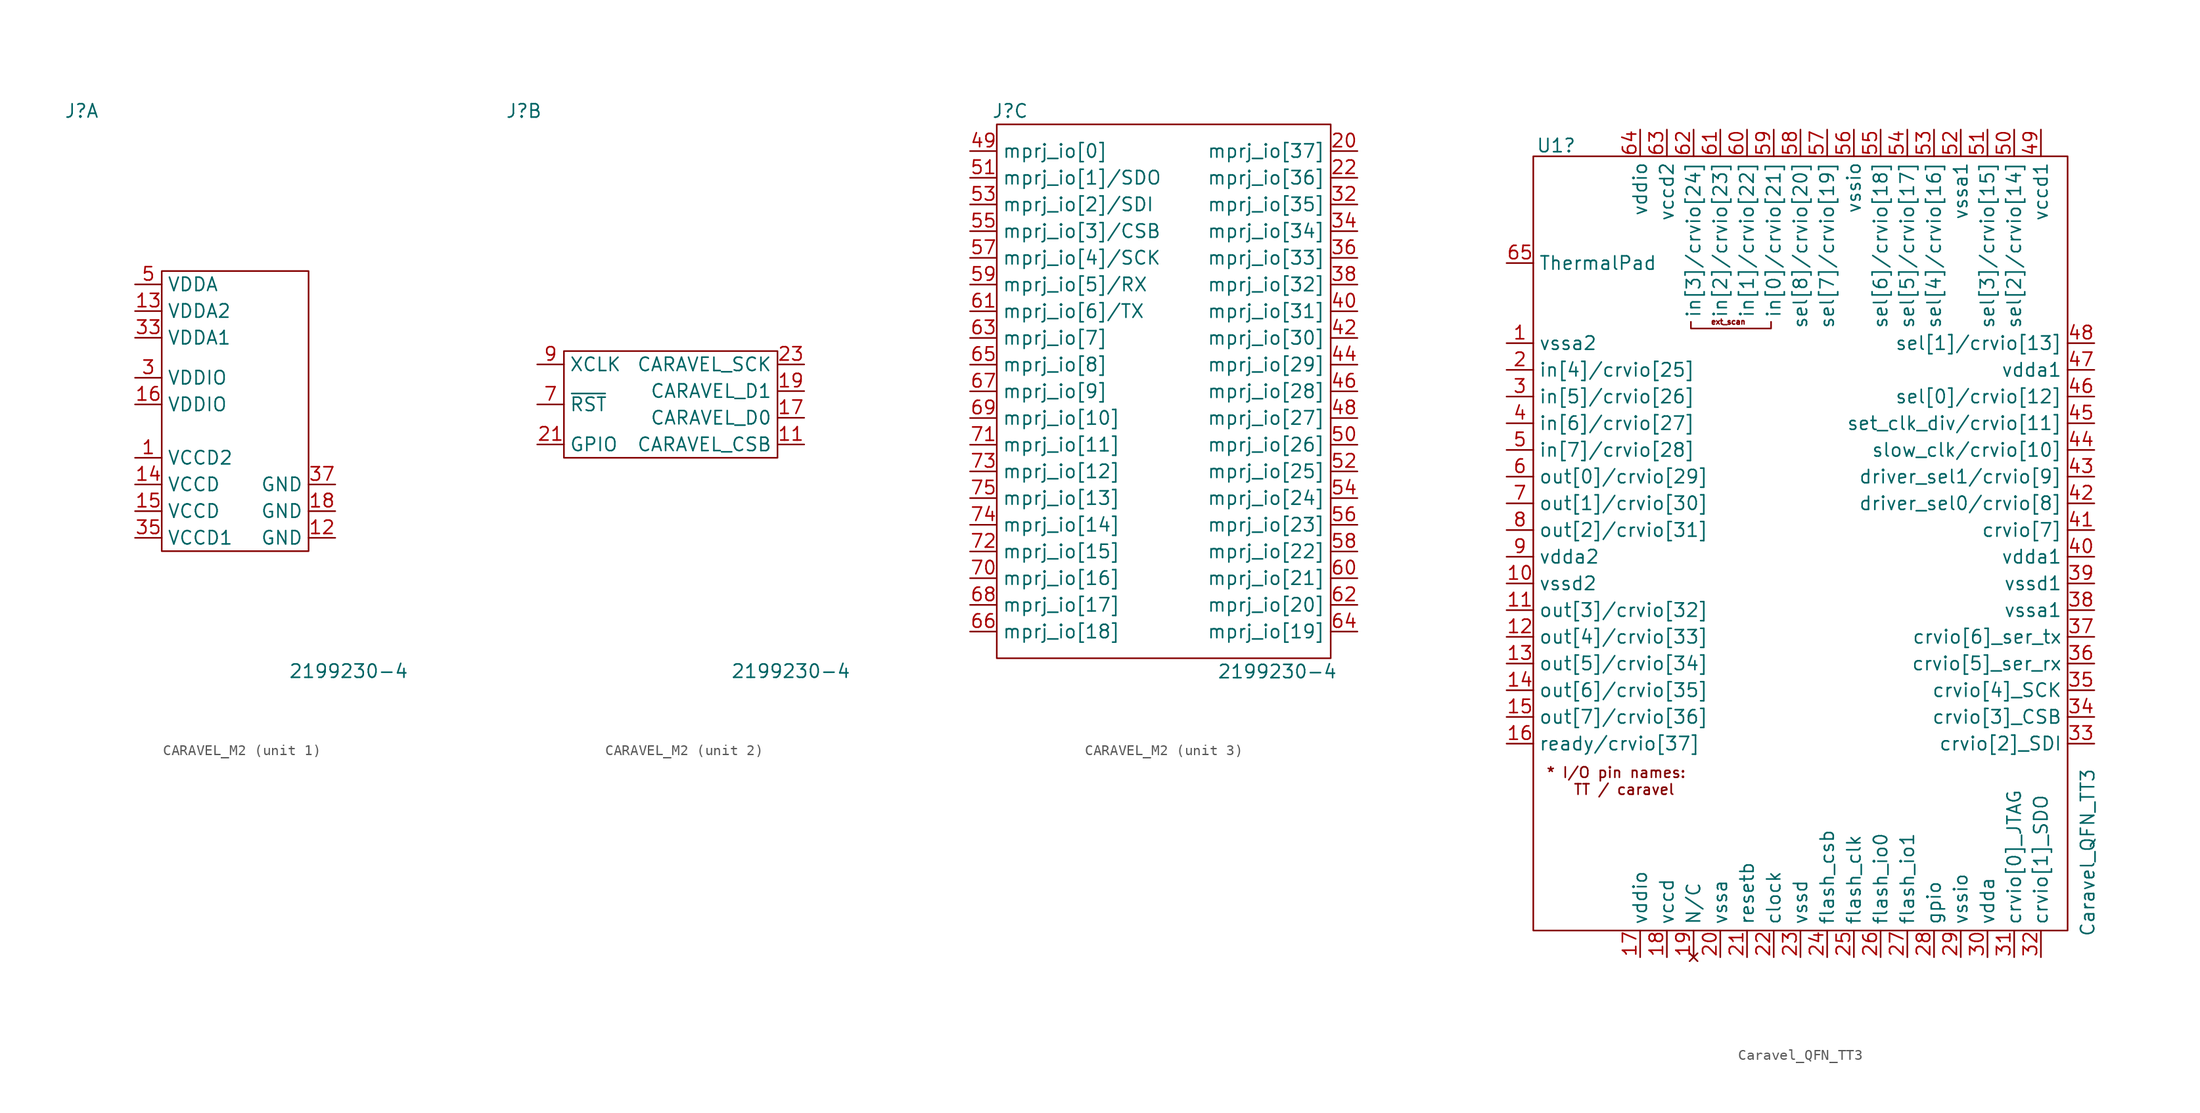
<source format=kicad_sym>
(kicad_symbol_lib
  (version 20231120)
  (generator "kicad_symbol_editor")
  (generator_version "8.0")
  (symbol "CARAVEL_M2"
    (property "Reference" "J"
      (at -15.24 25.4 0)
      (effects (font (size 1.27 1.27))))
    (property "Value" "2199230-4"
      (at 10.16 -27.94 0)
      (effects (font (size 1.27 1.27))))
    (property "ki_locked" ""
      (at 0 0 0)
      (effects (font (size 1.27 1.27))))
    (symbol "CARAVEL_M2_1_1"
      (rectangle (start -7.62 10.16) (end 6.35 -16.51) (stroke (width 0) (type default)) (fill (type none)))
      (pin power_in line (at -10.16 -7.62 0) (length 2.54) (name "VCCD2" (effects (font (size 1.27 1.27)))) (number "1" (effects (font (size 1.27 1.27)))))
      (pin power_in line (at 8.89 -15.24 180) (length 2.54) (name "GND" (effects (font (size 1.27 1.27)))) (number "12" (effects (font (size 1.27 1.27)))))
      (pin power_in line (at -10.16 6.35 0) (length 2.54) (name "VDDA2" (effects (font (size 1.27 1.27)))) (number "13" (effects (font (size 1.27 1.27)))))
      (pin power_in line (at -10.16 -10.16 0) (length 2.54) (name "VCCD" (effects (font (size 1.27 1.27)))) (number "14" (effects (font (size 1.27 1.27)))))
      (pin power_in line (at -10.16 -12.7 0) (length 2.54) (name "VCCD" (effects (font (size 1.27 1.27)))) (number "15" (effects (font (size 1.27 1.27)))))
      (pin power_in line (at -10.16 -2.54 0) (length 2.54) (name "VDDIO" (effects (font (size 1.27 1.27)))) (number "16" (effects (font (size 1.27 1.27)))))
      (pin power_in line (at 8.89 -12.7 180) (length 2.54) (name "GND" (effects (font (size 1.27 1.27)))) (number "18" (effects (font (size 1.27 1.27)))))
      (pin power_in line (at -10.16 0 0) (length 2.54) (name "VDDIO" (effects (font (size 1.27 1.27)))) (number "3" (effects (font (size 1.27 1.27)))))
      (pin power_in line (at -10.16 3.81 0) (length 2.54) (name "VDDA1" (effects (font (size 1.27 1.27)))) (number "33" (effects (font (size 1.27 1.27)))))
      (pin power_in line (at -10.16 -15.24 0) (length 2.54) (name "VCCD1" (effects (font (size 1.27 1.27)))) (number "35" (effects (font (size 1.27 1.27)))))
      (pin power_in line (at 8.89 -10.16 180) (length 2.54) (name "GND" (effects (font (size 1.27 1.27)))) (number "37" (effects (font (size 1.27 1.27)))))
      (pin power_in line (at -10.16 8.89 0) (length 2.54) (name "VDDA" (effects (font (size 1.27 1.27)))) (number "5" (effects (font (size 1.27 1.27))))))
    (symbol "CARAVEL_M2_2_1"
      (rectangle (start -11.43 2.54) (end 8.89 -7.62) (stroke (width 0) (type default)) (fill (type none)))
      (pin input line (at 11.43 -6.35 180) (length 2.54) (name "CARAVEL_CSB" (effects (font (size 1.27 1.27)))) (number "11" (effects (font (size 1.27 1.27)))))
      (pin bidirectional line (at 11.43 -3.81 180) (length 2.54) (name "CARAVEL_D0" (effects (font (size 1.27 1.27)))) (number "17" (effects (font (size 1.27 1.27)))))
      (pin bidirectional line (at 11.43 -1.27 180) (length 2.54) (name "CARAVEL_D1" (effects (font (size 1.27 1.27)))) (number "19" (effects (font (size 1.27 1.27)))))
      (pin input line (at -13.97 -6.35 0) (length 2.54) (name "GPIO" (effects (font (size 1.27 1.27)))) (number "21" (effects (font (size 1.27 1.27)))))
      (pin input line (at 11.43 1.27 180) (length 2.54) (name "CARAVEL_SCK" (effects (font (size 1.27 1.27)))) (number "23" (effects (font (size 1.27 1.27)))))
      (pin input line (at -13.97 -2.54 0) (length 2.54) (name "~{RST}" (effects (font (size 1.27 1.27)))) (number "7" (effects (font (size 1.27 1.27)))))
      (pin input line (at -13.97 1.27 0) (length 2.54) (name "XCLK" (effects (font (size 1.27 1.27)))) (number "9" (effects (font (size 1.27 1.27))))))
    (symbol "CARAVEL_M2_3_1"
      (rectangle (start -16.51 24.13) (end 15.24 -26.67) (stroke (width 0) (type default)) (fill (type none)))
      (pin bidirectional line (at 17.78 21.59 180) (length 2.54) (name "mprj_io[37]" (effects (font (size 1.27 1.27)))) (number "20" (effects (font (size 1.27 1.27)))))
      (pin bidirectional line (at 17.78 19.05 180) (length 2.54) (name "mprj_io[36]" (effects (font (size 1.27 1.27)))) (number "22" (effects (font (size 1.27 1.27)))))
      (pin bidirectional line (at 17.78 16.51 180) (length 2.54) (name "mprj_io[35]" (effects (font (size 1.27 1.27)))) (number "32" (effects (font (size 1.27 1.27)))))
      (pin bidirectional line (at 17.78 13.97 180) (length 2.54) (name "mprj_io[34]" (effects (font (size 1.27 1.27)))) (number "34" (effects (font (size 1.27 1.27)))))
      (pin bidirectional line (at 17.78 11.43 180) (length 2.54) (name "mprj_io[33]" (effects (font (size 1.27 1.27)))) (number "36" (effects (font (size 1.27 1.27)))))
      (pin bidirectional line (at 17.78 8.89 180) (length 2.54) (name "mprj_io[32]" (effects (font (size 1.27 1.27)))) (number "38" (effects (font (size 1.27 1.27)))))
      (pin bidirectional line (at 17.78 6.35 180) (length 2.54) (name "mprj_io[31]" (effects (font (size 1.27 1.27)))) (number "40" (effects (font (size 1.27 1.27)))))
      (pin bidirectional line (at 17.78 3.81 180) (length 2.54) (name "mprj_io[30]" (effects (font (size 1.27 1.27)))) (number "42" (effects (font (size 1.27 1.27)))))
      (pin bidirectional line (at 17.78 1.27 180) (length 2.54) (name "mprj_io[29]" (effects (font (size 1.27 1.27)))) (number "44" (effects (font (size 1.27 1.27)))))
      (pin bidirectional line (at 17.78 -1.27 180) (length 2.54) (name "mprj_io[28]" (effects (font (size 1.27 1.27)))) (number "46" (effects (font (size 1.27 1.27)))))
      (pin bidirectional line (at 17.78 -3.81 180) (length 2.54) (name "mprj_io[27]" (effects (font (size 1.27 1.27)))) (number "48" (effects (font (size 1.27 1.27)))))
      (pin bidirectional line (at -19.05 21.59 0) (length 2.54) (name "mprj_io[0]" (effects (font (size 1.27 1.27)))) (number "49" (effects (font (size 1.27 1.27)))))
      (pin bidirectional line (at 17.78 -6.35 180) (length 2.54) (name "mprj_io[26]" (effects (font (size 1.27 1.27)))) (number "50" (effects (font (size 1.27 1.27)))))
      (pin bidirectional line (at -19.05 19.05 0) (length 2.54) (name "mprj_io[1]/SDO" (effects (font (size 1.27 1.27)))) (number "51" (effects (font (size 1.27 1.27)))))
      (pin bidirectional line (at 17.78 -8.89 180) (length 2.54) (name "mprj_io[25]" (effects (font (size 1.27 1.27)))) (number "52" (effects (font (size 1.27 1.27)))))
      (pin bidirectional line (at -19.05 16.51 0) (length 2.54) (name "mprj_io[2]/SDI" (effects (font (size 1.27 1.27)))) (number "53" (effects (font (size 1.27 1.27)))))
      (pin bidirectional line (at 17.78 -11.43 180) (length 2.54) (name "mprj_io[24]" (effects (font (size 1.27 1.27)))) (number "54" (effects (font (size 1.27 1.27)))))
      (pin bidirectional line (at -19.05 13.97 0) (length 2.54) (name "mprj_io[3]/CSB" (effects (font (size 1.27 1.27)))) (number "55" (effects (font (size 1.27 1.27)))))
      (pin bidirectional line (at 17.78 -13.97 180) (length 2.54) (name "mprj_io[23]" (effects (font (size 1.27 1.27)))) (number "56" (effects (font (size 1.27 1.27)))))
      (pin bidirectional line (at -19.05 11.43 0) (length 2.54) (name "mprj_io[4]/SCK" (effects (font (size 1.27 1.27)))) (number "57" (effects (font (size 1.27 1.27)))))
      (pin bidirectional line (at 17.78 -16.51 180) (length 2.54) (name "mprj_io[22]" (effects (font (size 1.27 1.27)))) (number "58" (effects (font (size 1.27 1.27)))))
      (pin bidirectional line (at -19.05 8.89 0) (length 2.54) (name "mprj_io[5]/RX" (effects (font (size 1.27 1.27)))) (number "59" (effects (font (size 1.27 1.27)))))
      (pin bidirectional line (at 17.78 -19.05 180) (length 2.54) (name "mprj_io[21]" (effects (font (size 1.27 1.27)))) (number "60" (effects (font (size 1.27 1.27)))))
      (pin bidirectional line (at -19.05 6.35 0) (length 2.54) (name "mprj_io[6]/TX" (effects (font (size 1.27 1.27)))) (number "61" (effects (font (size 1.27 1.27)))))
      (pin bidirectional line (at 17.78 -21.59 180) (length 2.54) (name "mprj_io[20]" (effects (font (size 1.27 1.27)))) (number "62" (effects (font (size 1.27 1.27)))))
      (pin bidirectional line (at -19.05 3.81 0) (length 2.54) (name "mprj_io[7]" (effects (font (size 1.27 1.27)))) (number "63" (effects (font (size 1.27 1.27)))))
      (pin bidirectional line (at 17.78 -24.13 180) (length 2.54) (name "mprj_io[19]" (effects (font (size 1.27 1.27)))) (number "64" (effects (font (size 1.27 1.27)))))
      (pin bidirectional line (at -19.05 1.27 0) (length 2.54) (name "mprj_io[8]" (effects (font (size 1.27 1.27)))) (number "65" (effects (font (size 1.27 1.27)))))
      (pin bidirectional line (at -19.05 -24.13 0) (length 2.54) (name "mprj_io[18]" (effects (font (size 1.27 1.27)))) (number "66" (effects (font (size 1.27 1.27)))))
      (pin bidirectional line (at -19.05 -1.27 0) (length 2.54) (name "mprj_io[9]" (effects (font (size 1.27 1.27)))) (number "67" (effects (font (size 1.27 1.27)))))
      (pin bidirectional line (at -19.05 -21.59 0) (length 2.54) (name "mprj_io[17]" (effects (font (size 1.27 1.27)))) (number "68" (effects (font (size 1.27 1.27)))))
      (pin bidirectional line (at -19.05 -3.81 0) (length 2.54) (name "mprj_io[10]" (effects (font (size 1.27 1.27)))) (number "69" (effects (font (size 1.27 1.27)))))
      (pin bidirectional line (at -19.05 -19.05 0) (length 2.54) (name "mprj_io[16]" (effects (font (size 1.27 1.27)))) (number "70" (effects (font (size 1.27 1.27)))))
      (pin bidirectional line (at -19.05 -6.35 0) (length 2.54) (name "mprj_io[11]" (effects (font (size 1.27 1.27)))) (number "71" (effects (font (size 1.27 1.27)))))
      (pin bidirectional line (at -19.05 -16.51 0) (length 2.54) (name "mprj_io[15]" (effects (font (size 1.27 1.27)))) (number "72" (effects (font (size 1.27 1.27)))))
      (pin bidirectional line (at -19.05 -8.89 0) (length 2.54) (name "mprj_io[12]" (effects (font (size 1.27 1.27)))) (number "73" (effects (font (size 1.27 1.27)))))
      (pin bidirectional line (at -19.05 -13.97 0) (length 2.54) (name "mprj_io[14]" (effects (font (size 1.27 1.27)))) (number "74" (effects (font (size 1.27 1.27)))))
      (pin bidirectional line (at -19.05 -11.43 0) (length 2.54) (name "mprj_io[13]" (effects (font (size 1.27 1.27)))) (number "75" (effects (font (size 1.27 1.27)))))))
  (symbol "Caravel_QFN_TT3"
    (property "Reference" "U1"
      (at -26.416 41.656 0)
      (effects (font (size 1.27 1.27)) (justify left)))
    (property "Value" "Caravel_QFN_TT3"
      (at 26.035 -33.655 90)
      (effects (font (size 1.27 1.27)) (justify left)))
    (symbol "Caravel_QFN_TT3_0_1"
      (rectangle (start -26.67 40.64) (end 24.13 -33.02) (stroke (width 0) (type default)) (fill (type none)))
      (polyline (pts (xy -4.064 24.892) (xy -4.064 24.257) (xy -11.684 24.257) (xy -11.684 24.892)) (stroke (width 0) (type default)) (fill (type none))))
    (symbol "Caravel_QFN_TT3_1_1"
      (text "* I/O pin names:\n  TT / caravel" (at -18.796 -18.796 0) (effects (font (size 1 1))))
      (text "ext_scan" (at -8.128 24.892 0) (effects (font (size 0.5 0.5))))
      (pin power_in line (at -29.21 22.86 0) (length 2.54) (name "vssa2" (effects (font (size 1.27 1.27)))) (number "1" (effects (font (size 1.27 1.27)))))
      (pin power_in line (at -29.21 0 0) (length 2.54) (name "vssd2" (effects (font (size 1.27 1.27)))) (number "10" (effects (font (size 1.27 1.27)))))
      (pin bidirectional line (at -29.21 -2.54 0) (length 2.54) (name "out[3]/crvio[32]" (effects (font (size 1.27 1.27)))) (number "11" (effects (font (size 1.27 1.27)))))
      (pin bidirectional line (at -29.21 -5.08 0) (length 2.54) (name "out[4]/crvio[33]" (effects (font (size 1.27 1.27)))) (number "12" (effects (font (size 1.27 1.27)))))
      (pin bidirectional line (at -29.21 -7.62 0) (length 2.54) (name "out[5]/crvio[34]" (effects (font (size 1.27 1.27)))) (number "13" (effects (font (size 1.27 1.27)))))
      (pin bidirectional line (at -29.21 -10.16 0) (length 2.54) (name "out[6]/crvio[35]" (effects (font (size 1.27 1.27)))) (number "14" (effects (font (size 1.27 1.27)))))
      (pin bidirectional line (at -29.21 -12.7 0) (length 2.54) (name "out[7]/crvio[36]" (effects (font (size 1.27 1.27)))) (number "15" (effects (font (size 1.27 1.27)))))
      (pin bidirectional line (at -29.21 -15.24 0) (length 2.54) (name "ready/crvio[37]" (effects (font (size 1.27 1.27)))) (number "16" (effects (font (size 1.27 1.27)))))
      (pin power_in line (at -16.51 -35.56 90) (length 2.54) (name "vddio" (effects (font (size 1.27 1.27)))) (number "17" (effects (font (size 1.27 1.27)))))
      (pin power_in line (at -13.97 -35.56 90) (length 2.54) (name "vccd" (effects (font (size 1.27 1.27)))) (number "18" (effects (font (size 1.27 1.27)))))
      (pin no_connect line (at -11.43 -35.56 90) (length 2.54) (name "N/C" (effects (font (size 1.27 1.27)))) (number "19" (effects (font (size 1.27 1.27)))))
      (pin bidirectional line (at -29.21 20.32 0) (length 2.54) (name "in[4]/crvio[25]" (effects (font (size 1.27 1.27)))) (number "2" (effects (font (size 1.27 1.27)))))
      (pin power_in line (at -8.89 -35.56 90) (length 2.54) (name "vssa" (effects (font (size 1.27 1.27)))) (number "20" (effects (font (size 1.27 1.27)))))
      (pin input line (at -6.35 -35.56 90) (length 2.54) (name "resetb" (effects (font (size 1.27 1.27)))) (number "21" (effects (font (size 1.27 1.27)))))
      (pin input line (at -3.81 -35.56 90) (length 2.54) (name "clock" (effects (font (size 1.27 1.27)))) (number "22" (effects (font (size 1.27 1.27)))))
      (pin power_in line (at -1.27 -35.56 90) (length 2.54) (name "vssd" (effects (font (size 1.27 1.27)))) (number "23" (effects (font (size 1.27 1.27)))))
      (pin output line (at 1.27 -35.56 90) (length 2.54) (name "flash_csb" (effects (font (size 1.27 1.27)))) (number "24" (effects (font (size 1.27 1.27)))))
      (pin output line (at 3.81 -35.56 90) (length 2.54) (name "flash_clk" (effects (font (size 1.27 1.27)))) (number "25" (effects (font (size 1.27 1.27)))))
      (pin bidirectional line (at 6.35 -35.56 90) (length 2.54) (name "flash_io0" (effects (font (size 1.27 1.27)))) (number "26" (effects (font (size 1.27 1.27)))))
      (pin bidirectional line (at 8.89 -35.56 90) (length 2.54) (name "flash_io1" (effects (font (size 1.27 1.27)))) (number "27" (effects (font (size 1.27 1.27)))))
      (pin bidirectional line (at 11.43 -35.56 90) (length 2.54) (name "gpio" (effects (font (size 1.27 1.27)))) (number "28" (effects (font (size 1.27 1.27)))))
      (pin power_in line (at 13.97 -35.56 90) (length 2.54) (name "vssio" (effects (font (size 1.27 1.27)))) (number "29" (effects (font (size 1.27 1.27)))))
      (pin bidirectional line (at -29.21 17.78 0) (length 2.54) (name "in[5]/crvio[26]" (effects (font (size 1.27 1.27)))) (number "3" (effects (font (size 1.27 1.27)))))
      (pin power_in line (at 16.51 -35.56 90) (length 2.54) (name "vdda" (effects (font (size 1.27 1.27)))) (number "30" (effects (font (size 1.27 1.27)))))
      (pin bidirectional line (at 19.05 -35.56 90) (length 2.54) (name "crvio[0]_JTAG" (effects (font (size 1.27 1.27)))) (number "31" (effects (font (size 1.27 1.27)))))
      (pin bidirectional line (at 21.59 -35.56 90) (length 2.54) (name "crvio[1]_SDO" (effects (font (size 1.27 1.27)))) (number "32" (effects (font (size 1.27 1.27)))))
      (pin bidirectional line (at 26.67 -15.24 180) (length 2.54) (name "crvio[2]_SDI" (effects (font (size 1.27 1.27)))) (number "33" (effects (font (size 1.27 1.27)))))
      (pin bidirectional line (at 26.67 -12.7 180) (length 2.54) (name "crvio[3]_CSB" (effects (font (size 1.27 1.27)))) (number "34" (effects (font (size 1.27 1.27)))))
      (pin bidirectional line (at 26.67 -10.16 180) (length 2.54) (name "crvio[4]_SCK" (effects (font (size 1.27 1.27)))) (number "35" (effects (font (size 1.27 1.27)))))
      (pin bidirectional line (at 26.67 -7.62 180) (length 2.54) (name "crvio[5]_ser_rx" (effects (font (size 1.27 1.27)))) (number "36" (effects (font (size 1.27 1.27)))))
      (pin bidirectional line (at 26.67 -5.08 180) (length 2.54) (name "crvio[6]_ser_tx" (effects (font (size 1.27 1.27)))) (number "37" (effects (font (size 1.27 1.27)))))
      (pin power_in line (at 26.67 -2.54 180) (length 2.54) (name "vssa1" (effects (font (size 1.27 1.27)))) (number "38" (effects (font (size 1.27 1.27)))))
      (pin power_in line (at 26.67 0 180) (length 2.54) (name "vssd1" (effects (font (size 1.27 1.27)))) (number "39" (effects (font (size 1.27 1.27)))))
      (pin bidirectional line (at -29.21 15.24 0) (length 2.54) (name "in[6]/crvio[27]" (effects (font (size 1.27 1.27)))) (number "4" (effects (font (size 1.27 1.27)))))
      (pin power_in line (at 26.67 2.54 180) (length 2.54) (name "vdda1" (effects (font (size 1.27 1.27)))) (number "40" (effects (font (size 1.27 1.27)))))
      (pin bidirectional line (at 26.67 5.08 180) (length 2.54) (name "crvio[7]" (effects (font (size 1.27 1.27)))) (number "41" (effects (font (size 1.27 1.27)))))
      (pin bidirectional line (at 26.67 7.62 180) (length 2.54) (name "driver_sel0/crvio[8]" (effects (font (size 1.27 1.27)))) (number "42" (effects (font (size 1.27 1.27)))))
      (pin bidirectional line (at 26.67 10.16 180) (length 2.54) (name "driver_sel1/crvio[9]" (effects (font (size 1.27 1.27)))) (number "43" (effects (font (size 1.27 1.27)))))
      (pin bidirectional line (at 26.67 12.7 180) (length 2.54) (name "slow_clk/crvio[10]" (effects (font (size 1.27 1.27)))) (number "44" (effects (font (size 1.27 1.27)))))
      (pin bidirectional line (at 26.67 15.24 180) (length 2.54) (name "set_clk_div/crvio[11]" (effects (font (size 1.27 1.27)))) (number "45" (effects (font (size 1.27 1.27)))))
      (pin bidirectional line (at 26.67 17.78 180) (length 2.54) (name "sel[0]/crvio[12]" (effects (font (size 1.27 1.27)))) (number "46" (effects (font (size 1.27 1.27)))))
      (pin power_in line (at 26.67 20.32 180) (length 2.54) (name "vdda1" (effects (font (size 1.27 1.27)))) (number "47" (effects (font (size 1.27 1.27)))))
      (pin bidirectional line (at 26.67 22.86 180) (length 2.54) (name "sel[1]/crvio[13]" (effects (font (size 1.27 1.27)))) (number "48" (effects (font (size 1.27 1.27)))))
      (pin power_in line (at 21.59 43.18 270) (length 2.54) (name "vccd1" (effects (font (size 1.27 1.27)))) (number "49" (effects (font (size 1.27 1.27)))))
      (pin bidirectional line (at -29.21 12.7 0) (length 2.54) (name "in[7]/crvio[28]" (effects (font (size 1.27 1.27)))) (number "5" (effects (font (size 1.27 1.27)))))
      (pin bidirectional line (at 19.05 43.18 270) (length 2.54) (name "sel[2]/crvio[14]" (effects (font (size 1.27 1.27)))) (number "50" (effects (font (size 1.27 1.27)))))
      (pin bidirectional line (at 16.51 43.18 270) (length 2.54) (name "sel[3]/crvio[15]" (effects (font (size 1.27 1.27)))) (number "51" (effects (font (size 1.27 1.27)))))
      (pin power_in line (at 13.97 43.18 270) (length 2.54) (name "vssa1" (effects (font (size 1.27 1.27)))) (number "52" (effects (font (size 1.27 1.27)))))
      (pin bidirectional line (at 11.43 43.18 270) (length 2.54) (name "sel[4]/crvio[16]" (effects (font (size 1.27 1.27)))) (number "53" (effects (font (size 1.27 1.27)))))
      (pin bidirectional line (at 8.89 43.18 270) (length 2.54) (name "sel[5]/crvio[17]" (effects (font (size 1.27 1.27)))) (number "54" (effects (font (size 1.27 1.27)))))
      (pin bidirectional line (at 6.35 43.18 270) (length 2.54) (name "sel[6]/crvio[18]" (effects (font (size 1.27 1.27)))) (number "55" (effects (font (size 1.27 1.27)))))
      (pin power_in line (at 3.81 43.18 270) (length 2.54) (name "vssio" (effects (font (size 1.27 1.27)))) (number "56" (effects (font (size 1.27 1.27)))))
      (pin bidirectional line (at 1.27 43.18 270) (length 2.54) (name "sel[7]/crvio[19]" (effects (font (size 1.27 1.27)))) (number "57" (effects (font (size 1.27 1.27)))))
      (pin bidirectional line (at -1.27 43.18 270) (length 2.54) (name "sel[8]/crvio[20]" (effects (font (size 1.27 1.27)))) (number "58" (effects (font (size 1.27 1.27)))))
      (pin bidirectional line (at -3.81 43.18 270) (length 2.54) (name "in[0]/crvio[21]" (effects (font (size 1.27 1.27)))) (number "59" (effects (font (size 1.27 1.27)))))
      (pin bidirectional line (at -29.21 10.16 0) (length 2.54) (name "out[0]/crvio[29]" (effects (font (size 1.27 1.27)))) (number "6" (effects (font (size 1.27 1.27)))))
      (pin bidirectional line (at -6.35 43.18 270) (length 2.54) (name "in[1]/crvio[22]" (effects (font (size 1.27 1.27)))) (number "60" (effects (font (size 1.27 1.27)))))
      (pin bidirectional line (at -8.89 43.18 270) (length 2.54) (name "in[2]/crvio[23]" (effects (font (size 1.27 1.27)))) (number "61" (effects (font (size 1.27 1.27)))))
      (pin bidirectional line (at -11.43 43.18 270) (length 2.54) (name "in[3]/crvio[24]" (effects (font (size 1.27 1.27)))) (number "62" (effects (font (size 1.27 1.27)))))
      (pin power_in line (at -13.97 43.18 270) (length 2.54) (name "vccd2" (effects (font (size 1.27 1.27)))) (number "63" (effects (font (size 1.27 1.27)))))
      (pin power_in line (at -16.51 43.18 270) (length 2.54) (name "vddio" (effects (font (size 1.27 1.27)))) (number "64" (effects (font (size 1.27 1.27)))))
      (pin power_in line (at -29.21 30.48 0) (length 2.54) (name "ThermalPad" (effects (font (size 1.27 1.27)))) (number "65" (effects (font (size 1.27 1.27)))))
      (pin bidirectional line (at -29.21 7.62 0) (length 2.54) (name "out[1]/crvio[30]" (effects (font (size 1.27 1.27)))) (number "7" (effects (font (size 1.27 1.27)))))
      (pin bidirectional line (at -29.21 5.08 0) (length 2.54) (name "out[2]/crvio[31]" (effects (font (size 1.27 1.27)))) (number "8" (effects (font (size 1.27 1.27)))))
      (pin power_in line (at -29.21 2.54 0) (length 2.54) (name "vdda2" (effects (font (size 1.27 1.27)))) (number "9" (effects (font (size 1.27 1.27))))))))
</source>
